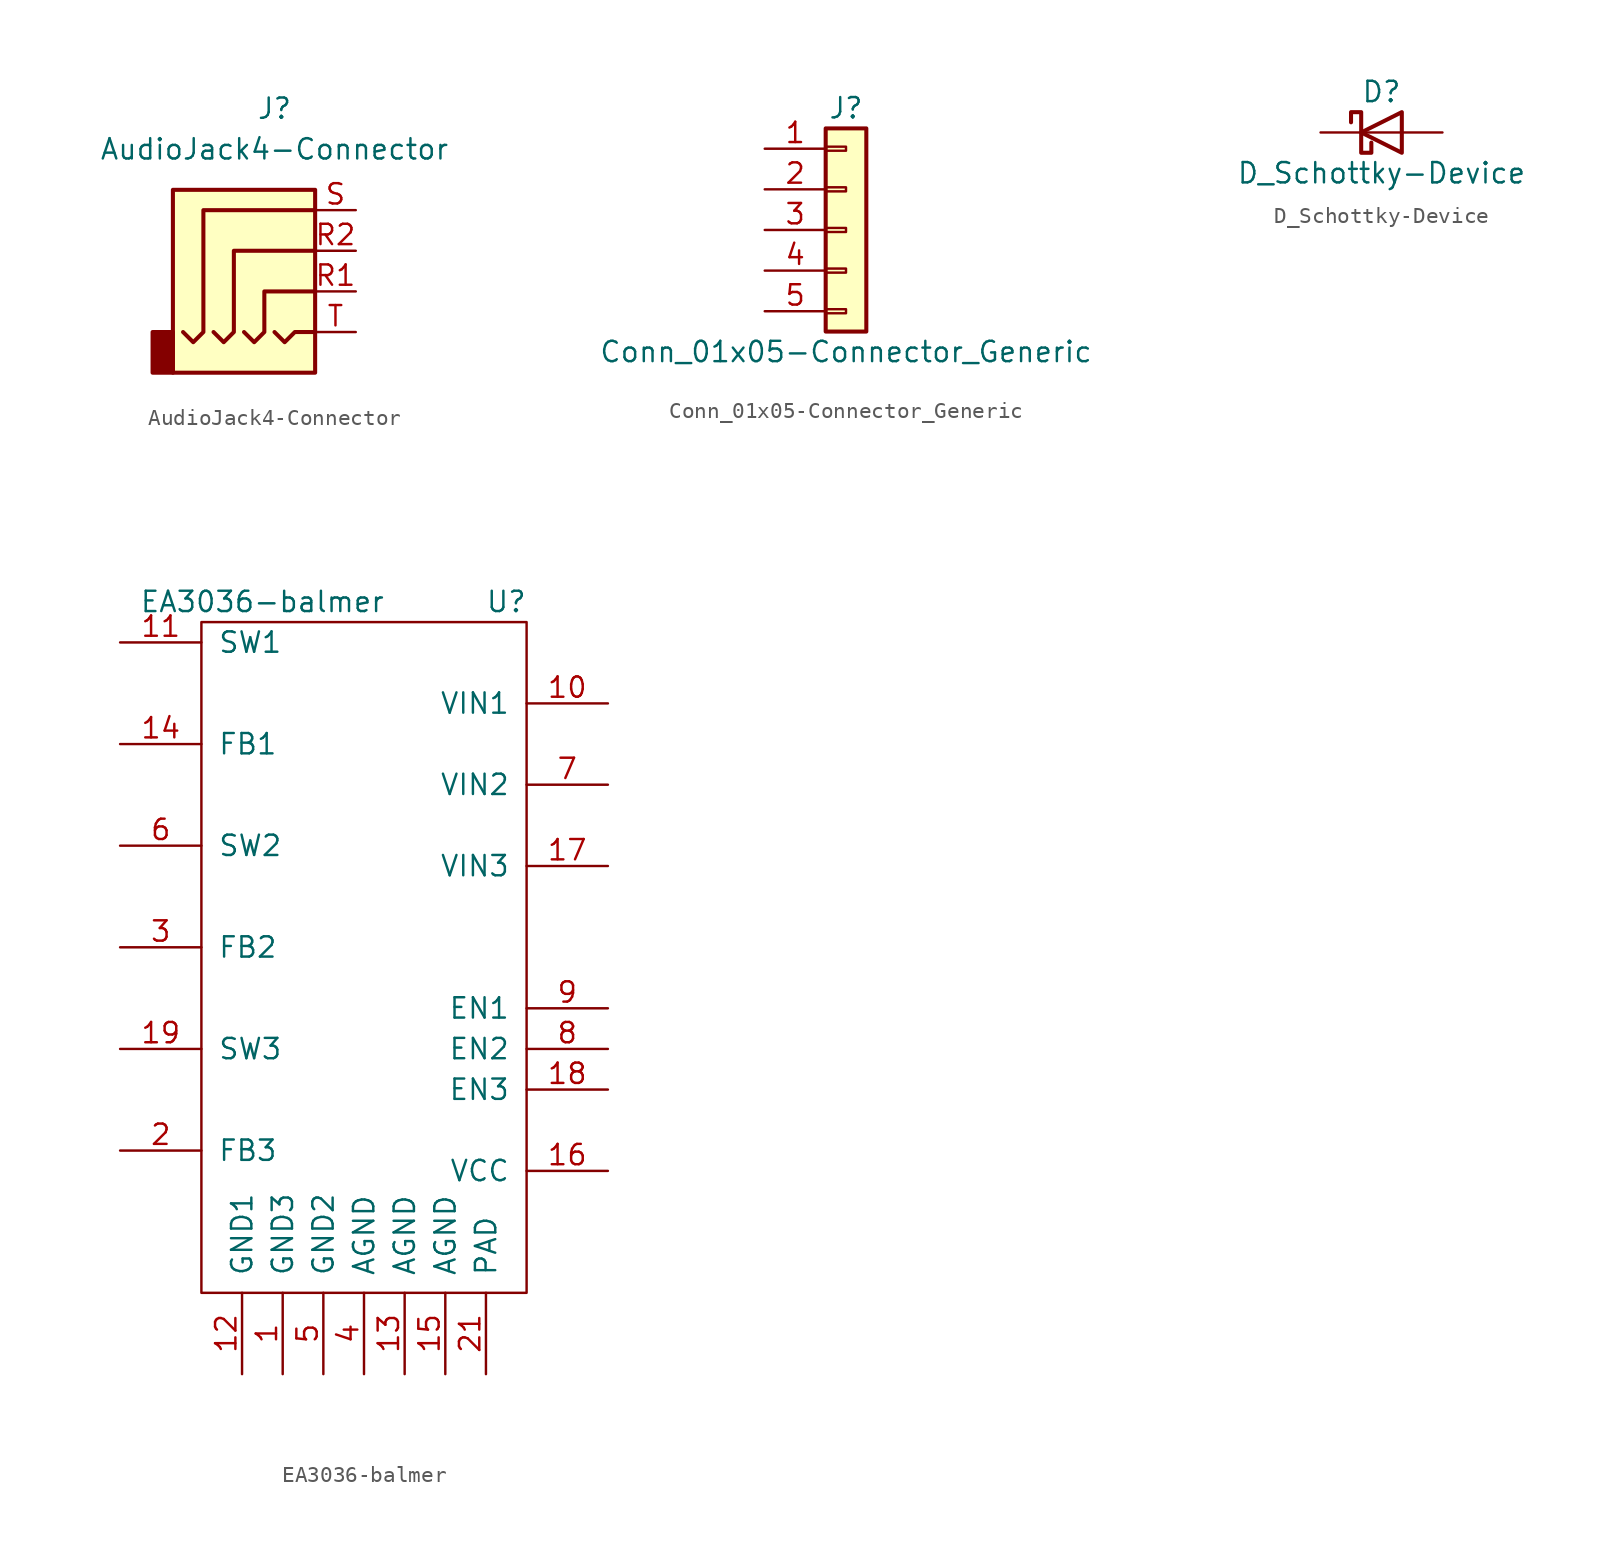
<source format=kicad_sym>
(kicad_symbol_lib
  (version 20211014)
  (generator kicad_symbol_editor)
  (symbol "AudioJack4-Connector"
    (property "Reference" "J"
      (at 0 8.89 0)
      (effects (font (size 1.27 1.27))))
    (property "Value" "AudioJack4-Connector"
      (at 0 6.35 0)
      (effects (font (size 1.27 1.27))))
    (symbol "AudioJack4-Connector_0_1"
      (rectangle (start -6.35 -5.08) (end -7.62 -7.62) (stroke (width 0.254) (type default) (color 0 0 0 0)) (fill (type outline)))
      (polyline (pts (xy 0 -5.08) (xy 0.635 -5.715) (xy 1.27 -5.08) (xy 2.54 -5.08)) (stroke (width 0.254) (type default) (color 0 0 0 0)) (fill (type none)))
      (polyline (pts (xy -5.715 -5.08) (xy -5.08 -5.715) (xy -4.445 -5.08) (xy -4.445 2.54) (xy 2.54 2.54)) (stroke (width 0.254) (type default) (color 0 0 0 0)) (fill (type none)))
      (polyline (pts (xy -1.905 -5.08) (xy -1.27 -5.715) (xy -0.635 -5.08) (xy -0.635 -2.54) (xy 2.54 -2.54)) (stroke (width 0.254) (type default) (color 0 0 0 0)) (fill (type none)))
      (polyline (pts (xy 2.54 0) (xy -2.54 0) (xy -2.54 -5.08) (xy -3.175 -5.715) (xy -3.81 -5.08)) (stroke (width 0.254) (type default) (color 0 0 0 0)) (fill (type none)))
      (rectangle (start 2.54 3.81) (end -6.35 -7.62) (stroke (width 0.254) (type default) (color 0 0 0 0)) (fill (type background))))
    (symbol "AudioJack4-Connector_1_1"
      (pin passive line (at 5.08 -2.54 180) (length 2.54) (name "~" (effects (font (size 1.27 1.27)))) (number "R1" (effects (font (size 1.27 1.27)))))
      (pin passive line (at 5.08 0 180) (length 2.54) (name "~" (effects (font (size 1.27 1.27)))) (number "R2" (effects (font (size 1.27 1.27)))))
      (pin passive line (at 5.08 2.54 180) (length 2.54) (name "~" (effects (font (size 1.27 1.27)))) (number "S" (effects (font (size 1.27 1.27)))))
      (pin passive line (at 5.08 -5.08 180) (length 2.54) (name "~" (effects (font (size 1.27 1.27)))) (number "T" (effects (font (size 1.27 1.27)))))))
  (symbol "Conn_01x05-Connector_Generic"
    (pin_names
      (offset 1.016) hide)
    (property "Reference" "J"
      (at 0 7.62 0)
      (effects (font (size 1.27 1.27))))
    (property "Value" "Conn_01x05-Connector_Generic"
      (at 0 -7.62 0)
      (effects (font (size 1.27 1.27))))
    (symbol "Conn_01x05-Connector_Generic_1_1"
      (rectangle (start -1.27 -4.953) (end 0 -5.207) (stroke (width 0.152) (type default) (color 0 0 0 0)) (fill (type none)))
      (rectangle (start -1.27 -2.413) (end 0 -2.667) (stroke (width 0.152) (type default) (color 0 0 0 0)) (fill (type none)))
      (rectangle (start -1.27 0.127) (end 0 -0.127) (stroke (width 0.152) (type default) (color 0 0 0 0)) (fill (type none)))
      (rectangle (start -1.27 2.667) (end 0 2.413) (stroke (width 0.152) (type default) (color 0 0 0 0)) (fill (type none)))
      (rectangle (start -1.27 5.207) (end 0 4.953) (stroke (width 0.152) (type default) (color 0 0 0 0)) (fill (type none)))
      (rectangle (start -1.27 6.35) (end 1.27 -6.35) (stroke (width 0.254) (type default) (color 0 0 0 0)) (fill (type background)))
      (pin passive line (at -5.08 5.08 0) (length 3.81) (name "Pin_1" (effects (font (size 1.27 1.27)))) (number "1" (effects (font (size 1.27 1.27)))))
      (pin passive line (at -5.08 2.54 0) (length 3.81) (name "Pin_2" (effects (font (size 1.27 1.27)))) (number "2" (effects (font (size 1.27 1.27)))))
      (pin passive line (at -5.08 0 0) (length 3.81) (name "Pin_3" (effects (font (size 1.27 1.27)))) (number "3" (effects (font (size 1.27 1.27)))))
      (pin passive line (at -5.08 -2.54 0) (length 3.81) (name "Pin_4" (effects (font (size 1.27 1.27)))) (number "4" (effects (font (size 1.27 1.27)))))
      (pin passive line (at -5.08 -5.08 0) (length 3.81) (name "Pin_5" (effects (font (size 1.27 1.27)))) (number "5" (effects (font (size 1.27 1.27)))))))
  (symbol "D_Schottky-Device"
    (pin_numbers hide)
    (pin_names
      (offset 1.016) hide)
    (property "Reference" "D"
      (at 0 2.54 0)
      (effects (font (size 1.27 1.27))))
    (property "Value" "D_Schottky-Device"
      (at 0 -2.54 0)
      (effects (font (size 1.27 1.27))))
    (symbol "D_Schottky-Device_0_1"
      (polyline (pts (xy 1.27 0) (xy -1.27 0)) (stroke (width 0) (type default) (color 0 0 0 0)) (fill (type none)))
      (polyline (pts (xy 1.27 1.27) (xy 1.27 -1.27) (xy -1.27 0) (xy 1.27 1.27)) (stroke (width 0.254) (type default) (color 0 0 0 0)) (fill (type none)))
      (polyline (pts (xy -1.905 0.635) (xy -1.905 1.27) (xy -1.27 1.27) (xy -1.27 -1.27) (xy -0.635 -1.27) (xy -0.635 -0.635)) (stroke (width 0.254) (type default) (color 0 0 0 0)) (fill (type none))))
    (symbol "D_Schottky-Device_1_1"
      (pin passive line (at -3.81 0 0) (length 2.54) (name "K" (effects (font (size 1.27 1.27)))) (number "1" (effects (font (size 1.27 1.27)))))
      (pin passive line (at 3.81 0 180) (length 2.54) (name "A" (effects (font (size 1.27 1.27)))) (number "2" (effects (font (size 1.27 1.27)))))))
  (symbol "EA3036-balmer"
    (pin_names
      (offset 1.016))
    (property "Reference" "U"
      (at 8.89 19.05 0)
      (effects (font (size 1.27 1.27))))
    (property "Value" "EA3036-balmer"
      (at -6.35 19.05 0)
      (effects (font (size 1.27 1.27))))
    (symbol "EA3036-balmer_0_1"
      (rectangle (start -10.16 17.78) (end 10.16 -24.13) (stroke (width 0) (type default) (color 0 0 0 0)) (fill (type none))))
    (symbol "EA3036-balmer_1_1"
      (pin input line (at -5.08 -29.21 90) (length 5.08) (name "GND3" (effects (font (size 1.27 1.27)))) (number "1" (effects (font (size 1.27 1.27)))))
      (pin input line (at 15.24 12.7 180) (length 5.08) (name "VIN1" (effects (font (size 1.27 1.27)))) (number "10" (effects (font (size 1.27 1.27)))))
      (pin input line (at -15.24 16.51 0) (length 5.08) (name "SW1" (effects (font (size 1.27 1.27)))) (number "11" (effects (font (size 1.27 1.27)))))
      (pin input line (at -7.62 -29.21 90) (length 5.08) (name "GND1" (effects (font (size 1.27 1.27)))) (number "12" (effects (font (size 1.27 1.27)))))
      (pin input line (at 2.54 -29.21 90) (length 5.08) (name "AGND" (effects (font (size 1.27 1.27)))) (number "13" (effects (font (size 1.27 1.27)))))
      (pin input line (at -15.24 10.16 0) (length 5.08) (name "FB1" (effects (font (size 1.27 1.27)))) (number "14" (effects (font (size 1.27 1.27)))))
      (pin input line (at 5.08 -29.21 90) (length 5.08) (name "AGND" (effects (font (size 1.27 1.27)))) (number "15" (effects (font (size 1.27 1.27)))))
      (pin input line (at 15.24 -16.51 180) (length 5.08) (name "VCC" (effects (font (size 1.27 1.27)))) (number "16" (effects (font (size 1.27 1.27)))))
      (pin input line (at 15.24 2.54 180) (length 5.08) (name "VIN3" (effects (font (size 1.27 1.27)))) (number "17" (effects (font (size 1.27 1.27)))))
      (pin input line (at 15.24 -11.43 180) (length 5.08) (name "EN3" (effects (font (size 1.27 1.27)))) (number "18" (effects (font (size 1.27 1.27)))))
      (pin input line (at -15.24 -8.89 0) (length 5.08) (name "SW3" (effects (font (size 1.27 1.27)))) (number "19" (effects (font (size 1.27 1.27)))))
      (pin input line (at -15.24 -15.24 0) (length 5.08) (name "FB3" (effects (font (size 1.27 1.27)))) (number "2" (effects (font (size 1.27 1.27)))))
      (pin input line (at 7.62 -29.21 90) (length 5.08) (name "PAD" (effects (font (size 1.27 1.27)))) (number "21" (effects (font (size 1.27 1.27)))))
      (pin input line (at -15.24 -2.54 0) (length 5.08) (name "FB2" (effects (font (size 1.27 1.27)))) (number "3" (effects (font (size 1.27 1.27)))))
      (pin input line (at 0 -29.21 90) (length 5.08) (name "AGND" (effects (font (size 1.27 1.27)))) (number "4" (effects (font (size 1.27 1.27)))))
      (pin input line (at -2.54 -29.21 90) (length 5.08) (name "GND2" (effects (font (size 1.27 1.27)))) (number "5" (effects (font (size 1.27 1.27)))))
      (pin input line (at -15.24 3.81 0) (length 5.08) (name "SW2" (effects (font (size 1.27 1.27)))) (number "6" (effects (font (size 1.27 1.27)))))
      (pin input line (at 15.24 7.62 180) (length 5.08) (name "VIN2" (effects (font (size 1.27 1.27)))) (number "7" (effects (font (size 1.27 1.27)))))
      (pin input line (at 15.24 -8.89 180) (length 5.08) (name "EN2" (effects (font (size 1.27 1.27)))) (number "8" (effects (font (size 1.27 1.27)))))
      (pin input line (at 15.24 -6.35 180) (length 5.08) (name "EN1" (effects (font (size 1.27 1.27)))) (number "9" (effects (font (size 1.27 1.27))))))))
</source>
